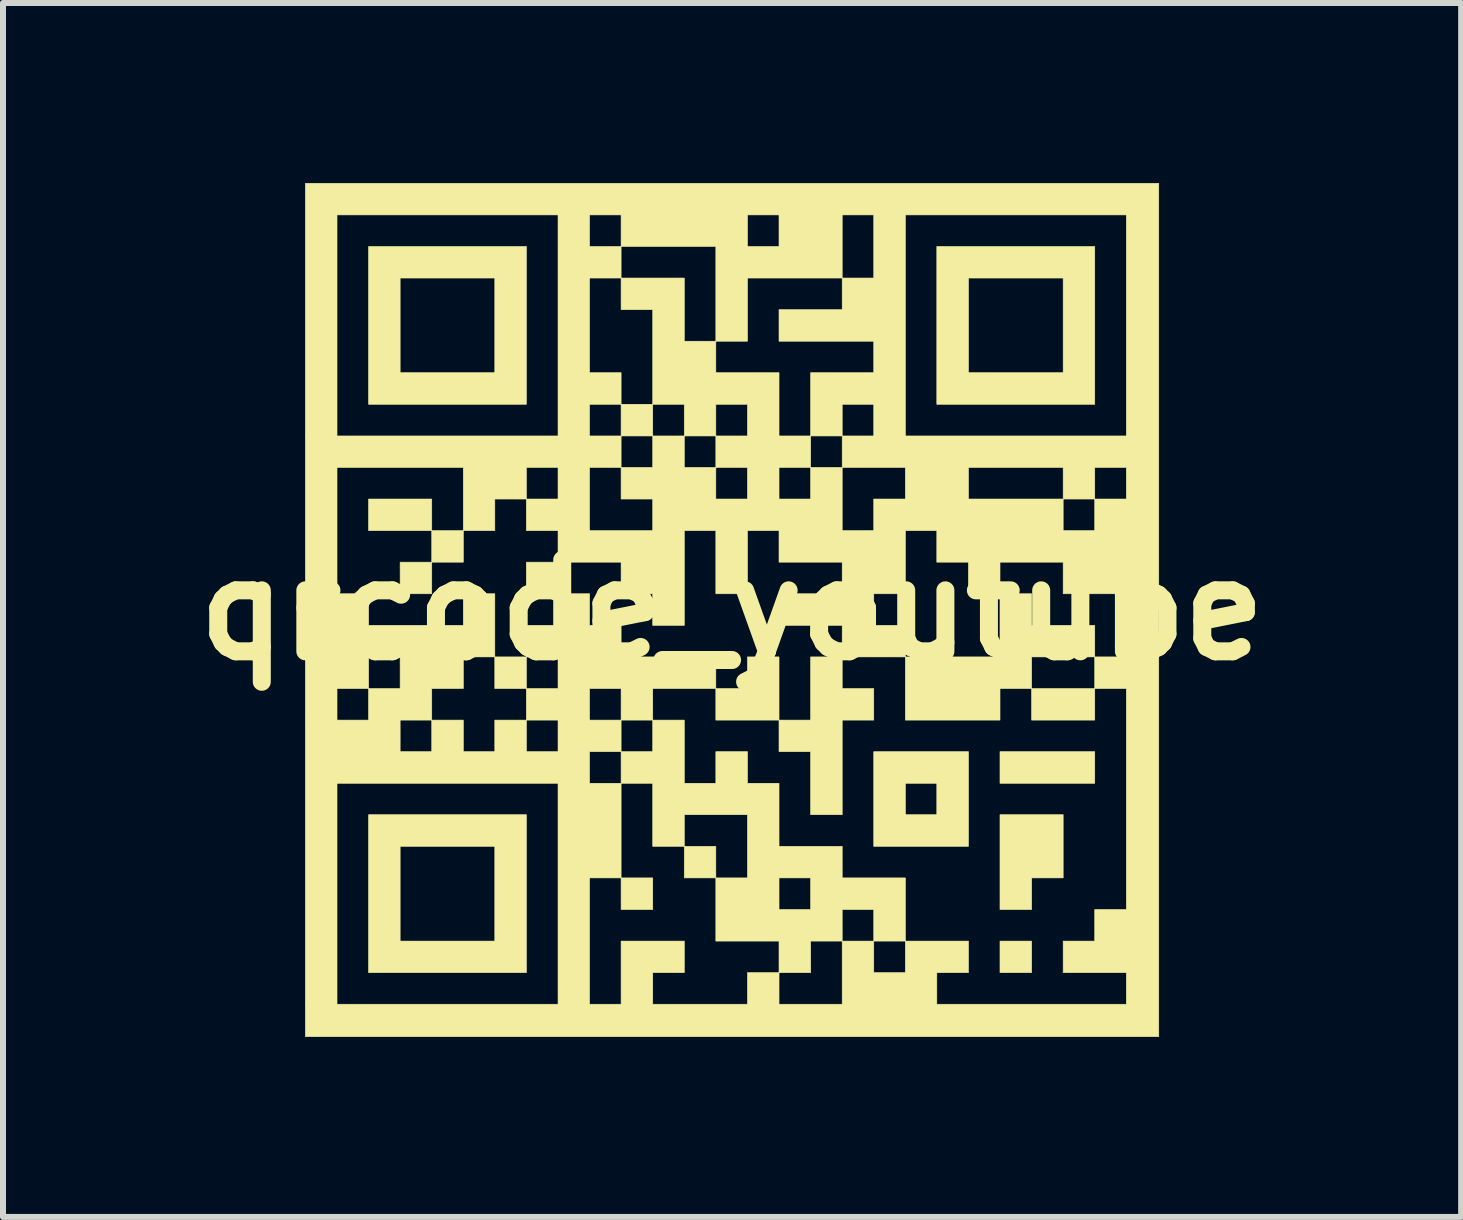
<source format=kicad_pcb>
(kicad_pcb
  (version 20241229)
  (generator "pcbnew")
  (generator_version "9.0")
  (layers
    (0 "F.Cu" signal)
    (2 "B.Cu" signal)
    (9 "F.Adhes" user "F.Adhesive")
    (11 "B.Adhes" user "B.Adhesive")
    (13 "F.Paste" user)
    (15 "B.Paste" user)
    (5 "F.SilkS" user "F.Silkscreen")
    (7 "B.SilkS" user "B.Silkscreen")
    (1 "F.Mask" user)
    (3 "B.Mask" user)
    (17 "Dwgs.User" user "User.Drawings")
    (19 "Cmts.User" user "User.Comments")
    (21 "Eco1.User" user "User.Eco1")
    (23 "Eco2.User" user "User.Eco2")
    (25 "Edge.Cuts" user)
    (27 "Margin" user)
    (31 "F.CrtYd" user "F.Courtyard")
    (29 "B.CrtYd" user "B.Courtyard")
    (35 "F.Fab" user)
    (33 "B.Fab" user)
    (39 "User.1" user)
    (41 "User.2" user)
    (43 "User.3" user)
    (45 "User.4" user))
  (footprint "qrcode_youtube"
    (layer "F.Cu")
    (at 9.151 7.116)
    (property "Reference" "qrcode_youtube" (at 0 0 0) (layer "F.SilkS") (effects (font (size 1.524 1.524) (thickness 0.3))))
    (attr through_hole)
    (fp_poly (pts (xy -6.058 -1.322) (xy -6.058 -1.849) (xy -5.005 -1.849) (xy -5.005 -1.322) (xy -6.058 -1.322)) (stroke (width 0.01) (type solid)) (fill yes) (layer "F.SilkS"))
    (fp_poly (pts (xy -5.005 -1.322) (xy -4.479 -1.322) (xy -4.479 -0.796) (xy -5.005 -0.796) (xy -5.005 -1.322)) (stroke (width 0.01) (type solid)) (fill yes) (layer "F.SilkS"))
    (fp_poly (pts (xy -5.005 -0.27) (xy -5.532 -0.27) (xy -5.532 -0.796) (xy -5.005 -0.796) (xy -5.005 -0.27)) (stroke (width 0.01) (type solid)) (fill yes) (layer "F.SilkS"))
    (fp_poly (pts (xy -3.428 1.31) (xy -3.954 1.31) (xy -3.954 0.783) (xy -3.428 0.783) (xy -3.428 1.31)) (stroke (width 0.01) (type solid)) (fill yes) (layer "F.SilkS"))
    (fp_poly (pts (xy -2.9 -0.27) (xy -3.428 -0.27) (xy -3.428 -0.796) (xy -2.9 -0.796) (xy -2.9 -0.27)) (stroke (width 0.01) (type solid)) (fill yes) (layer "F.SilkS"))
    (fp_poly (pts (xy -1.322 -2.9) (xy -1.849 -2.9) (xy -1.849 -3.428) (xy -1.322 -3.428) (xy -1.322 -2.9)) (stroke (width 0.01) (type solid)) (fill yes) (layer "F.SilkS"))
    (fp_poly (pts (xy -1.322 4.993) (xy -1.849 4.993) (xy -1.849 4.466) (xy -1.322 4.466) (xy -1.322 4.993)) (stroke (width 0.01) (type solid)) (fill yes) (layer "F.SilkS"))
    (fp_poly (pts (xy 4.993 6.045) (xy 4.466 6.045) (xy 4.466 5.519) (xy 4.993 5.519) (xy 4.993 6.045)) (stroke (width 0.01) (type solid)) (fill yes) (layer "F.SilkS"))
    (fp_poly (pts (xy 6.045 1.836) (xy 4.993 1.836) (xy 4.993 1.31) (xy 6.045 1.31) (xy 6.045 1.836)) (stroke (width 0.01) (type solid)) (fill yes) (layer "F.SilkS"))
    (fp_poly (pts (xy 6.045 2.889) (xy 4.466 2.889) (xy 4.466 2.362) (xy 6.045 2.362) (xy 6.045 2.889)) (stroke (width 0.01) (type solid)) (fill yes) (layer "F.SilkS"))
    (fp_poly (pts (xy -0.27 1.836) (xy -0.27 1.31) (xy 0.257 1.31) (xy 0.257 0.783) (xy 0.783 0.783) (xy 0.783 1.836) (xy -0.27 1.836)) (stroke (width 0.01) (type solid)) (fill yes) (layer "F.SilkS"))
    (fp_poly (pts (xy 5.519 4.466) (xy 4.993 4.466) (xy 4.993 4.993) (xy 4.466 4.993) (xy 4.466 3.413) (xy 5.519 3.413) (xy 5.519 4.466)) (stroke (width 0.01) (type solid)) (fill yes) (layer "F.SilkS"))
    (fp_poly (pts (xy -3.428 -3.428) (xy -6.058 -3.428) (xy -6.058 -5.532) (xy -5.532 -5.532) (xy -5.532 -3.954) (xy -3.954 -3.954) (xy -3.954 -5.532) (xy -5.532 -5.532) (xy -6.058 -5.532) (xy -6.058 -6.058) (xy -3.428 -6.058) (xy -3.428 -3.428)) (stroke (width 0.01) (type solid)) (fill yes) (layer "F.SilkS"))
    (fp_poly (pts (xy -3.428 6.045) (xy -6.058 6.045) (xy -6.058 3.94) (xy -5.532 3.94) (xy -5.532 5.519) (xy -3.954 5.519) (xy -3.954 3.94) (xy -5.532 3.94) (xy -6.058 3.94) (xy -6.058 3.413) (xy -3.428 3.413) (xy -3.428 6.045)) (stroke (width 0.01) (type solid)) (fill yes) (layer "F.SilkS"))
    (fp_poly (pts (xy 3.94 3.94) (xy 2.362 3.94) (xy 2.362 2.889) (xy 2.889 2.889) (xy 2.889 3.413) (xy 3.413 3.413) (xy 3.413 2.889) (xy 2.889 2.889) (xy 2.362 2.889) (xy 2.362 2.362) (xy 3.94 2.362) (xy 3.94 3.94)) (stroke (width 0.01) (type solid)) (fill yes) (layer "F.SilkS"))
    (fp_poly (pts (xy 6.045 -3.428) (xy 3.413 -3.428) (xy 3.413 -5.532) (xy 3.94 -5.532) (xy 3.94 -3.954) (xy 5.519 -3.954) (xy 5.519 -5.532) (xy 3.94 -5.532) (xy 3.413 -5.532) (xy 3.413 -6.058) (xy 6.045 -6.058) (xy 6.045 -3.428)) (stroke (width 0.01) (type solid)) (fill yes) (layer "F.SilkS"))
    (fp_poly (pts (xy 1.31 1.836) (xy 1.31 0.783) (xy 1.836 0.783) (xy 1.836 1.31) (xy 2.362 1.31) (xy 2.362 1.836) (xy 1.836 1.836) (xy 1.836 3.413) (xy 1.31 3.413) (xy 1.31 2.362) (xy 0.783 2.362) (xy 0.783 1.836) (xy 1.31 1.836)) (stroke (width 0.01) (type solid)) (fill yes) (layer "F.SilkS"))
    (fp_poly (pts (xy 4.993 0.257) (xy 6.045 0.257) (xy 6.045 0.783) (xy 4.993 0.783) (xy 4.993 1.31) (xy 4.466 1.31) (xy 4.466 1.836) (xy 2.889 1.836) (xy 2.889 0.783) (xy 4.466 0.783) (xy 4.466 -0.27) (xy 4.993 -0.27) (xy 4.993 0.257)) (stroke (width 0.01) (type solid)) (fill yes) (layer "F.SilkS"))
    (fp_poly (pts (xy -0.796 2.889) (xy -0.27 2.889) (xy -0.27 2.362) (xy 0.257 2.362) (xy 0.257 2.889) (xy 0.783 2.889) (xy 0.783 3.94) (xy 1.836 3.94) (xy 1.836 4.466) (xy 2.889 4.466) (xy 2.889 5.519) (xy 2.362 5.519) (xy 2.362 4.993) (xy 1.836 4.993) (xy 1.836 5.519) (xy 1.31 5.519) (xy 1.31 6.045) (xy 0.783 6.045) (xy 0.783 5.519) (xy -0.27 5.519) (xy -0.27 4.466) (xy -0.796 4.466) (xy -0.796 3.94) (xy -1.322 3.94) (xy -1.322 3.413) (xy -0.796 3.413) (xy -0.796 3.94) (xy -0.27 3.94) (xy -0.27 4.466) (xy 0.257 4.466) (xy 0.783 4.466) (xy 0.783 4.993) (xy 1.31 4.993) (xy 1.31 4.466) (xy 0.783 4.466) (xy 0.257 4.466) (xy 0.257 3.413) (xy -0.796 3.413) (xy -1.322 3.413) (xy -1.322 2.889) (xy -1.849 2.889) (xy -1.849 2.362) (xy -1.322 2.362) (xy -1.322 1.836) (xy -0.796 1.836) (xy -0.796 2.889)) (stroke (width 0.01) (type solid)) (fill yes) (layer "F.SilkS"))
    (fp_poly (pts (xy 7.112 7.112) (xy -7.111 7.112) (xy -7.111 2.889) (xy -6.584 2.889) (xy -6.584 6.572) (xy -2.9 6.572) (xy -2.9 2.889) (xy -6.584 2.889) (xy -7.111 2.889) (xy -7.111 1.31) (xy -6.584 1.31) (xy -6.584 1.836) (xy -6.058 1.836) (xy -5.532 1.836) (xy -5.532 2.362) (xy -5.005 2.362) (xy -5.005 1.836) (xy -5.532 1.836) (xy -6.058 1.836) (xy -6.058 1.31) (xy -6.584 1.31) (xy -7.111 1.31) (xy -7.111 0.783) (xy -6.058 0.783) (xy -6.058 1.31) (xy -5.532 1.31) (xy -5.532 0.783) (xy -6.058 0.783) (xy -7.111 0.783) (xy -7.111 -2.375) (xy -6.584 -2.375) (xy -6.584 -0.27) (xy -6.058 -0.27) (xy -6.058 0.257) (xy -4.479 0.257) (xy -4.479 -0.27) (xy -3.954 -0.27) (xy -3.954 0.783) (xy -4.479 0.783) (xy -4.479 1.31) (xy -5.005 1.31) (xy -5.005 1.836) (xy -4.479 1.836) (xy -4.479 2.362) (xy -3.954 2.362) (xy -3.954 1.836) (xy -3.428 1.836) (xy -3.428 2.362) (xy -2.9 2.362) (xy -2.9 1.836) (xy -3.428 1.836) (xy -3.428 1.31) (xy -2.9 1.31) (xy -2.375 1.31) (xy -2.375 1.836) (xy -1.849 1.836) (xy -1.849 1.31) (xy -2.375 1.31) (xy -2.9 1.31) (xy -2.9 0.783) (xy -3.428 0.783) (xy -3.428 0.257) (xy -2.9 0.257) (xy -2.9 -0.27) (xy -2.375 -0.27) (xy -2.375 0.257) (xy -1.849 0.257) (xy -1.849 0.783) (xy -0.27 0.783) (xy -0.27 1.31) (xy -1.322 1.31) (xy -1.322 1.836) (xy -1.849 1.836) (xy -1.849 2.362) (xy -2.375 2.362) (xy -2.375 2.889) (xy -1.849 2.889) (xy -1.849 4.466) (xy -2.375 4.466) (xy -2.375 6.572) (xy -1.849 6.572) (xy -1.849 5.519) (xy -0.796 5.519) (xy -0.796 6.045) (xy -1.322 6.045) (xy -1.322 6.572) (xy 0.257 6.572) (xy 0.257 6.045) (xy 0.783 6.045) (xy 0.783 6.572) (xy 1.836 6.572) (xy 1.836 5.519) (xy 2.362 5.519) (xy 2.362 6.045) (xy 2.889 6.045) (xy 2.889 5.519) (xy 3.94 5.519) (xy 3.94 6.045) (xy 3.413 6.045) (xy 3.413 6.572) (xy 6.572 6.572) (xy 6.572 6.045) (xy 5.519 6.045) (xy 5.519 5.519) (xy 6.045 5.519) (xy 6.045 4.993) (xy 6.572 4.993) (xy 6.572 1.31) (xy 6.045 1.31) (xy 6.045 0.783) (xy 6.572 0.783) (xy 6.572 -0.27) (xy 5.519 -0.27) (xy 5.519 -0.796) (xy 4.466 -0.796) (xy 4.466 -0.27) (xy 3.94 -0.27) (xy 3.94 -0.796) (xy 3.413 -0.796) (xy 3.413 -1.322) (xy 2.889 -1.322) (xy 2.889 -0.27) (xy 2.362 -0.27) (xy 2.362 0.257) (xy 2.889 0.257) (xy 2.889 0.783) (xy 1.836 0.783) (xy 1.836 0.257) (xy 0.783 0.257) (xy 0.783 -0.27) (xy 1.836 -0.27) (xy 1.836 -0.796) (xy 0.783 -0.796) (xy 0.783 -1.322) (xy 0.257 -1.322) (xy 0.257 -0.27) (xy -0.27 -0.27) (xy -0.27 -1.322) (xy -0.796 -1.322) (xy -0.796 0.257) (xy -1.322 0.257) (xy -1.322 -0.27) (xy -1.849 -0.27) (xy -1.849 -0.796) (xy -2.9 -0.796) (xy -2.9 -1.322) (xy -3.428 -1.322) (xy -3.428 -1.849) (xy -3.954 -1.849) (xy -3.954 -1.322) (xy -4.479 -1.322) (xy -4.479 -2.375) (xy -3.428 -2.375) (xy -3.428 -1.849) (xy -2.9 -1.849) (xy -2.9 -2.375) (xy -2.375 -2.375) (xy -2.375 -1.322) (xy -1.322 -1.322) (xy -1.322 -1.849) (xy -0.27 -1.849) (xy 0.257 -1.849) (xy 0.257 -2.375) (xy 0.783 -2.375) (xy 0.783 -1.849) (xy 1.31 -1.849) (xy 1.31 -2.375) (xy 0.783 -2.375) (xy 0.257 -2.375) (xy -0.27 -2.375) (xy -0.27 -1.849) (xy -1.322 -1.849) (xy -1.849 -1.849) (xy -1.849 -2.375) (xy -2.375 -2.375) (xy -2.9 -2.375) (xy -3.428 -2.375) (xy -4.479 -2.375) (xy -6.584 -2.375) (xy -7.111 -2.375) (xy -7.111 -6.584) (xy -6.584 -6.584) (xy -6.584 -2.9) (xy -2.9 -2.9) (xy -2.9 -5.532) (xy -2.375 -5.532) (xy -2.375 -3.954) (xy -1.849 -3.954) (xy -1.849 -3.428) (xy -2.375 -3.428) (xy -2.375 -2.9) (xy -1.849 -2.9) (xy -1.849 -2.375) (xy -1.322 -2.375) (xy -1.322 -2.9) (xy -0.796 -2.9) (xy -0.796 -2.375) (xy -0.27 -2.375) (xy -0.27 -2.9) (xy -0.796 -2.9) (xy -0.796 -3.428) (xy -0.27 -3.428) (xy -0.27 -2.9) (xy 0.257 -2.9) (xy 0.257 -3.428) (xy -0.27 -3.428) (xy -0.796 -3.428) (xy -1.322 -3.428) (xy -1.322 -5.005) (xy -1.849 -5.005) (xy -1.849 -5.532) (xy -2.375 -5.532) (xy -2.9 -5.532) (xy -2.9 -6.584) (xy -2.375 -6.584) (xy -2.375 -6.058) (xy -1.849 -6.058) (xy -1.849 -5.532) (xy -0.796 -5.532) (xy -0.796 -4.479) (xy -0.27 -4.479) (xy -0.27 -3.954) (xy 0.783 -3.954) (xy 0.783 -2.9) (xy 1.31 -2.9) (xy 1.31 -2.375) (xy 1.836 -2.375) (xy 1.836 -1.322) (xy 2.362 -1.322) (xy 2.362 -1.849) (xy 2.889 -1.849) (xy 2.889 -2.375) (xy 3.94 -2.375) (xy 3.94 -1.849) (xy 5.519 -1.849) (xy 5.519 -1.322) (xy 6.045 -1.322) (xy 6.045 -1.849) (xy 5.519 -1.849) (xy 5.519 -2.375) (xy 6.045 -2.375) (xy 6.045 -1.849) (xy 6.572 -1.849) (xy 6.572 -2.375) (xy 6.045 -2.375) (xy 5.519 -2.375) (xy 3.94 -2.375) (xy 2.889 -2.375) (xy 1.836 -2.375) (xy 1.836 -2.9) (xy 1.31 -2.9) (xy 1.31 -3.428) (xy 1.836 -3.428) (xy 1.836 -2.9) (xy 2.362 -2.9) (xy 2.362 -3.428) (xy 1.836 -3.428) (xy 1.31 -3.428) (xy 1.31 -3.954) (xy 2.362 -3.954) (xy 2.362 -4.479) (xy 0.783 -4.479) (xy 0.783 -5.005) (xy 1.836 -5.005) (xy 1.836 -5.532) (xy 0.257 -5.532) (xy 0.257 -4.479) (xy -0.27 -4.479) (xy -0.27 -6.058) (xy -1.849 -6.058) (xy -1.849 -6.584) (xy 0.257 -6.584) (xy 0.257 -6.058) (xy 0.783 -6.058) (xy 0.783 -6.584) (xy 1.836 -6.584) (xy 1.836 -5.532) (xy 2.362 -5.532) (xy 2.362 -6.584) (xy 2.889 -6.584) (xy 2.889 -2.9) (xy 6.572 -2.9) (xy 6.572 -6.584) (xy 2.889 -6.584) (xy 2.362 -6.584) (xy 1.836 -6.584) (xy 0.783 -6.584) (xy 0.257 -6.584) (xy -1.849 -6.584) (xy -2.375 -6.584) (xy -2.9 -6.584) (xy -6.584 -6.584) (xy -7.111 -6.584) (xy -7.111 -7.111) (xy 7.112 -7.111) (xy 7.112 7.112)) (stroke (width 0.01) (type solid)) (fill yes) (layer "F.SilkS")))
  (gr_rect
    (start -3 -3)
    (end 21.303 17.233)
    (stroke (width 0.1) (type default))
    (fill no)
    (layer "Edge.Cuts")))
</source>
